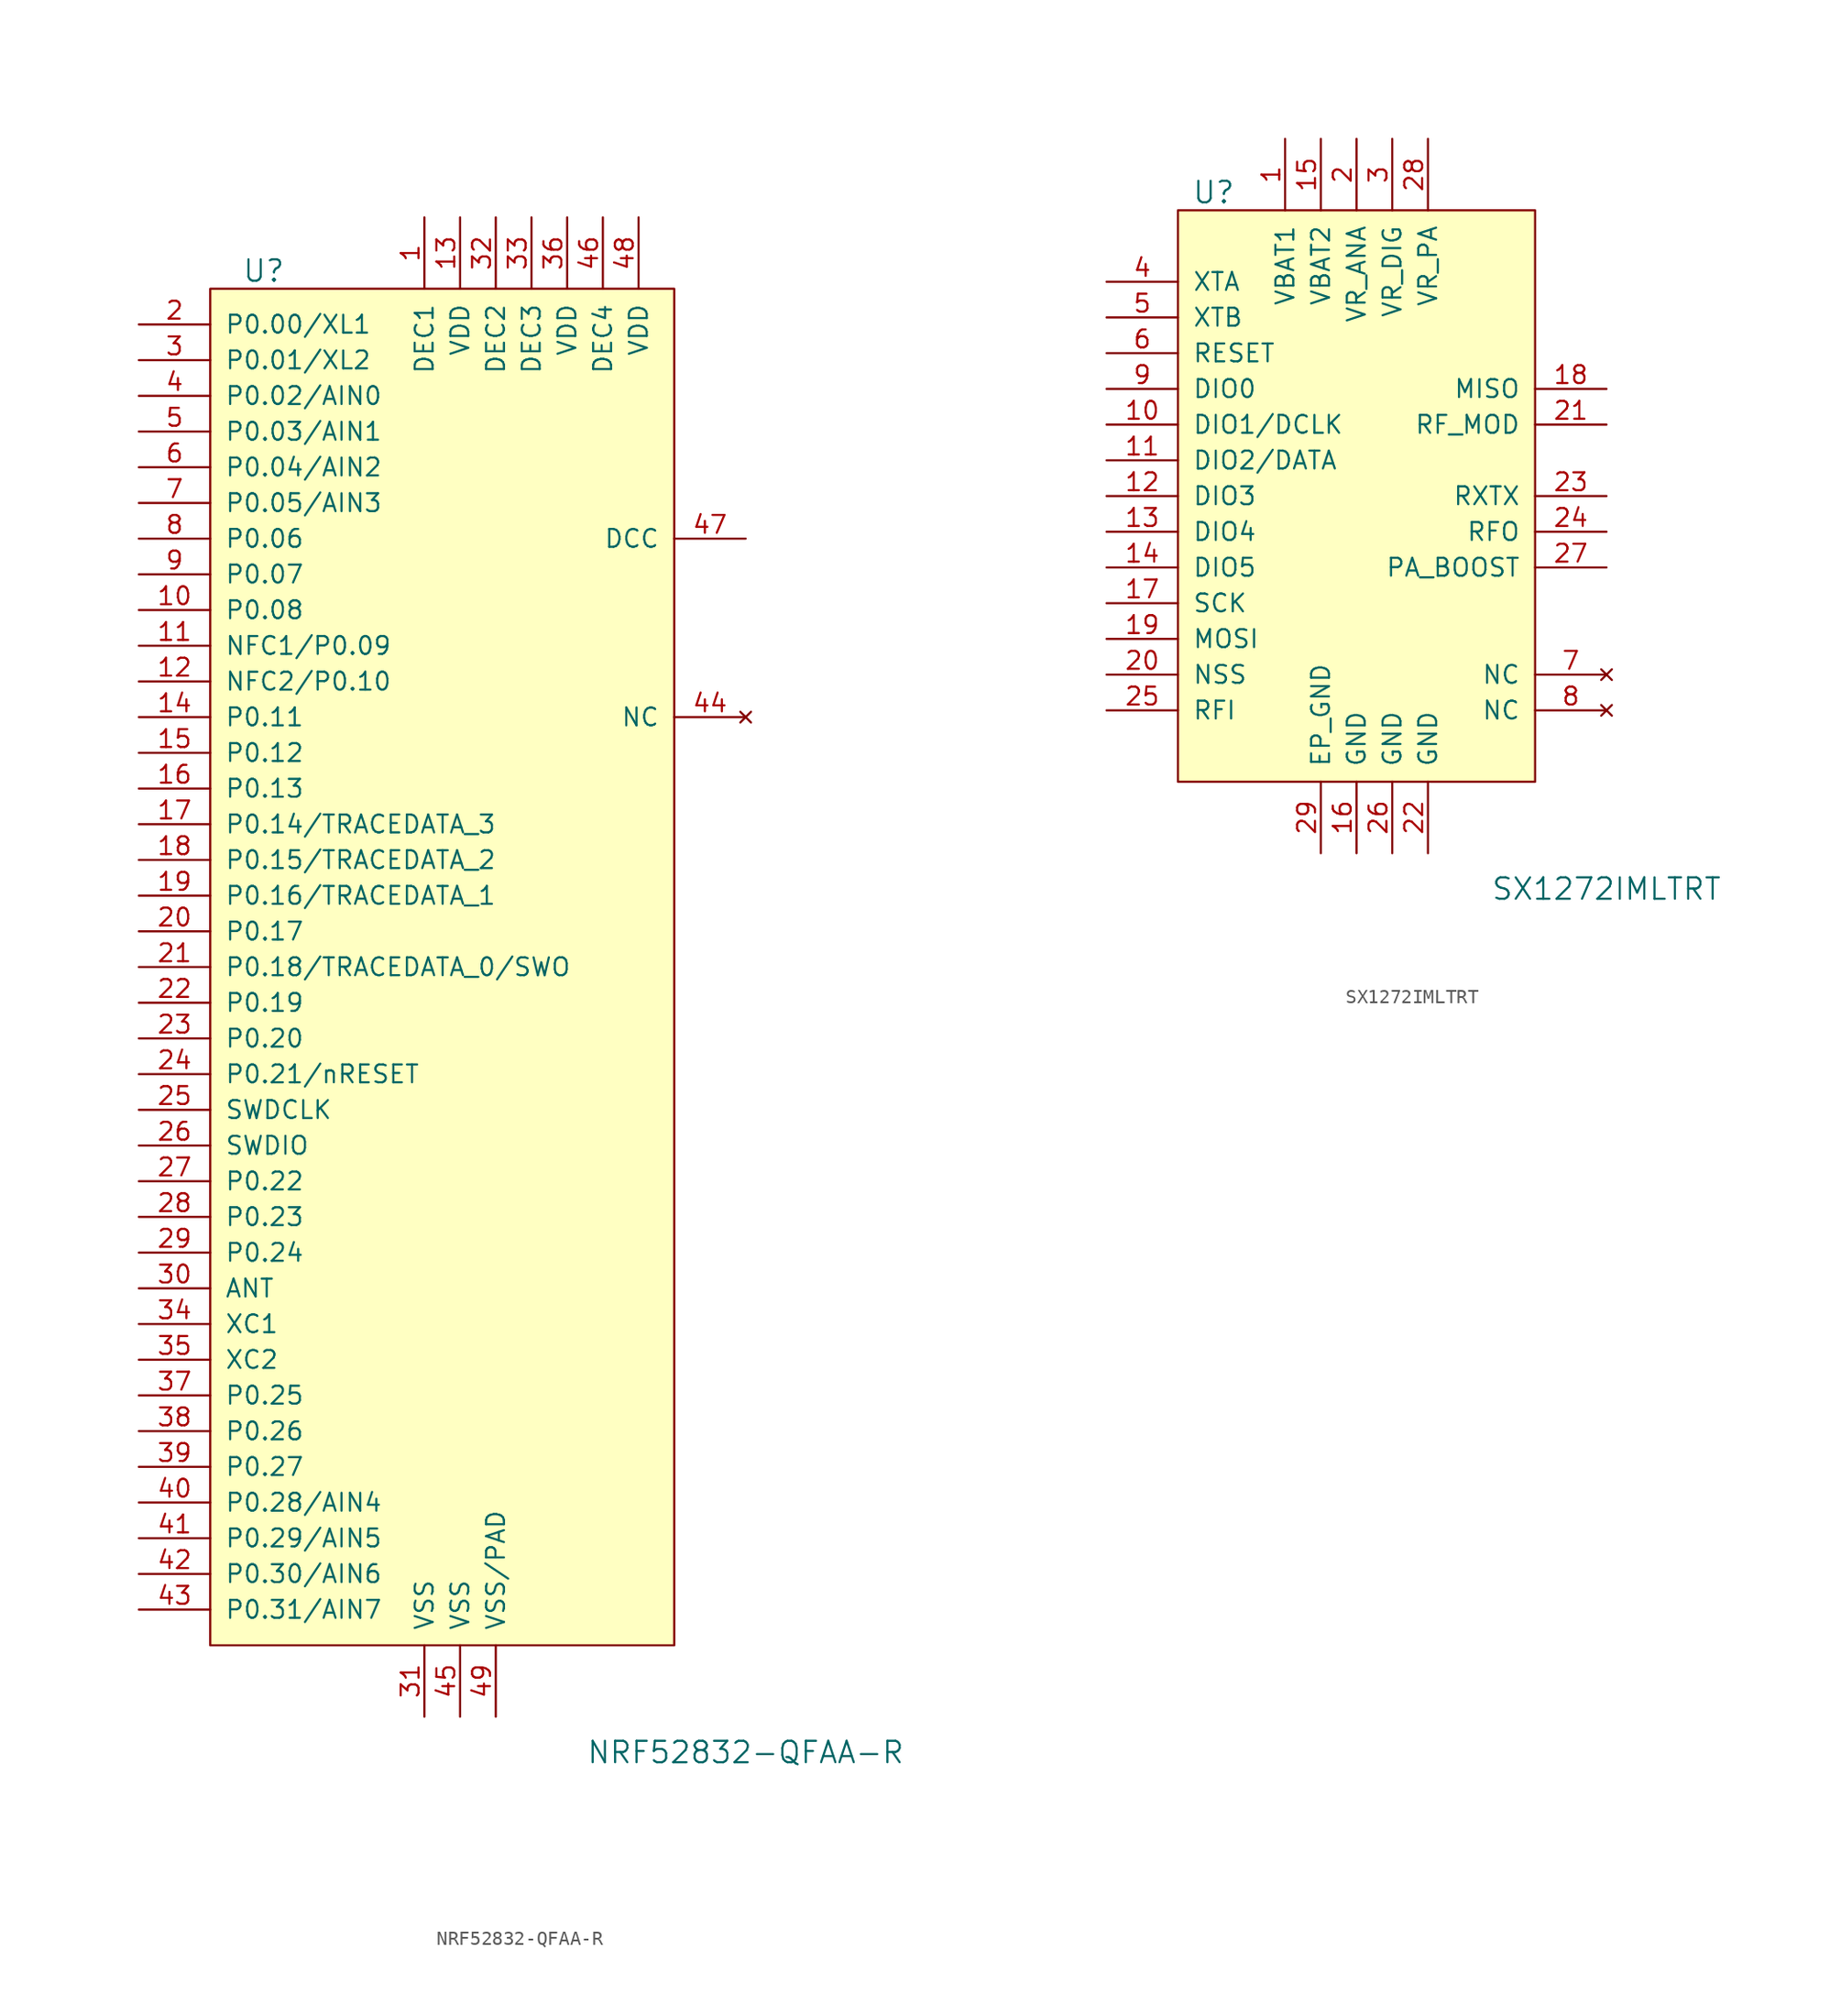
<source format=kicad_sym>
(kicad_symbol_lib
  (version 20201005)
  (generator kicad_symbol_editor)
  (symbol "NRF52832-QFAA-R"
    (pin_names
      (offset 1.016))
    (property "Reference" "U"
      (at -13.97 49.53 0)
      (effects (font (size 1.524 1.524))))
    (property "Value" "NRF52832-QFAA-R"
      (at 20.32 -55.88 0)
      (effects (font (size 1.524 1.524))))
    (symbol "NRF52832-QFAA-R_0_1"
      (rectangle (start -17.78 48.26) (end 15.24 -48.26) (stroke (width 0)) (fill (type background))))
    (symbol "NRF52832-QFAA-R_1_1"
      (pin power_in line (at -2.54 53.34 270) (length 5.08) (name "DEC1" (effects (font (size 1.27 1.27)))) (number "1" (effects (font (size 1.27 1.27)))))
      (pin bidirectional line (at -22.86 45.72 0) (length 5.08) (name "P0.00/XL1" (effects (font (size 1.27 1.27)))) (number "2" (effects (font (size 1.27 1.27)))))
      (pin bidirectional line (at -22.86 43.18 0) (length 5.08) (name "P0.01/XL2" (effects (font (size 1.27 1.27)))) (number "3" (effects (font (size 1.27 1.27)))))
      (pin bidirectional line (at -22.86 40.64 0) (length 5.08) (name "P0.02/AIN0" (effects (font (size 1.27 1.27)))) (number "4" (effects (font (size 1.27 1.27)))))
      (pin bidirectional line (at -22.86 38.1 0) (length 5.08) (name "P0.03/AIN1" (effects (font (size 1.27 1.27)))) (number "5" (effects (font (size 1.27 1.27)))))
      (pin bidirectional line (at -22.86 35.56 0) (length 5.08) (name "P0.04/AIN2" (effects (font (size 1.27 1.27)))) (number "6" (effects (font (size 1.27 1.27)))))
      (pin bidirectional line (at -22.86 33.02 0) (length 5.08) (name "P0.05/AIN3" (effects (font (size 1.27 1.27)))) (number "7" (effects (font (size 1.27 1.27)))))
      (pin bidirectional line (at -22.86 30.48 0) (length 5.08) (name "P0.06" (effects (font (size 1.27 1.27)))) (number "8" (effects (font (size 1.27 1.27)))))
      (pin bidirectional line (at -22.86 27.94 0) (length 5.08) (name "P0.07" (effects (font (size 1.27 1.27)))) (number "9" (effects (font (size 1.27 1.27)))))
      (pin bidirectional line (at -22.86 25.4 0) (length 5.08) (name "P0.08" (effects (font (size 1.27 1.27)))) (number "10" (effects (font (size 1.27 1.27)))))
      (pin bidirectional line (at -22.86 2.54 0) (length 5.08) (name "P0.17" (effects (font (size 1.27 1.27)))) (number "20" (effects (font (size 1.27 1.27)))))
      (pin bidirectional line (at -22.86 -22.86 0) (length 5.08) (name "ANT" (effects (font (size 1.27 1.27)))) (number "30" (effects (font (size 1.27 1.27)))))
      (pin bidirectional line (at -22.86 -38.1 0) (length 5.08) (name "P0.28/AIN4" (effects (font (size 1.27 1.27)))) (number "40" (effects (font (size 1.27 1.27)))))
      (pin bidirectional line (at -22.86 22.86 0) (length 5.08) (name "NFC1/P0.09" (effects (font (size 1.27 1.27)))) (number "11" (effects (font (size 1.27 1.27)))))
      (pin bidirectional line (at -22.86 0 0) (length 5.08) (name "P0.18/TRACEDATA_0/SWO" (effects (font (size 1.27 1.27)))) (number "21" (effects (font (size 1.27 1.27)))))
      (pin power_in line (at -2.54 -53.34 90) (length 5.08) (name "VSS" (effects (font (size 1.27 1.27)))) (number "31" (effects (font (size 1.27 1.27)))))
      (pin bidirectional line (at -22.86 -40.64 0) (length 5.08) (name "P0.29/AIN5" (effects (font (size 1.27 1.27)))) (number "41" (effects (font (size 1.27 1.27)))))
      (pin bidirectional line (at -22.86 20.32 0) (length 5.08) (name "NFC2/P0.10" (effects (font (size 1.27 1.27)))) (number "12" (effects (font (size 1.27 1.27)))))
      (pin bidirectional line (at -22.86 -2.54 0) (length 5.08) (name "P0.19" (effects (font (size 1.27 1.27)))) (number "22" (effects (font (size 1.27 1.27)))))
      (pin power_in line (at 2.54 53.34 270) (length 5.08) (name "DEC2" (effects (font (size 1.27 1.27)))) (number "32" (effects (font (size 1.27 1.27)))))
      (pin bidirectional line (at -22.86 -43.18 0) (length 5.08) (name "P0.30/AIN6" (effects (font (size 1.27 1.27)))) (number "42" (effects (font (size 1.27 1.27)))))
      (pin power_in line (at 0 53.34 270) (length 5.08) (name "VDD" (effects (font (size 1.27 1.27)))) (number "13" (effects (font (size 1.27 1.27)))))
      (pin bidirectional line (at -22.86 -5.08 0) (length 5.08) (name "P0.20" (effects (font (size 1.27 1.27)))) (number "23" (effects (font (size 1.27 1.27)))))
      (pin power_in line (at 5.08 53.34 270) (length 5.08) (name "DEC3" (effects (font (size 1.27 1.27)))) (number "33" (effects (font (size 1.27 1.27)))))
      (pin bidirectional line (at -22.86 -45.72 0) (length 5.08) (name "P0.31/AIN7" (effects (font (size 1.27 1.27)))) (number "43" (effects (font (size 1.27 1.27)))))
      (pin bidirectional line (at -22.86 17.78 0) (length 5.08) (name "P0.11" (effects (font (size 1.27 1.27)))) (number "14" (effects (font (size 1.27 1.27)))))
      (pin bidirectional line (at -22.86 -7.62 0) (length 5.08) (name "P0.21/nRESET" (effects (font (size 1.27 1.27)))) (number "24" (effects (font (size 1.27 1.27)))))
      (pin input line (at -22.86 -25.4 0) (length 5.08) (name "XC1" (effects (font (size 1.27 1.27)))) (number "34" (effects (font (size 1.27 1.27)))))
      (pin no_connect line (at 20.32 17.78 180) (length 5.08) (name "NC" (effects (font (size 1.27 1.27)))) (number "44" (effects (font (size 1.27 1.27)))))
      (pin bidirectional line (at -22.86 15.24 0) (length 5.08) (name "P0.12" (effects (font (size 1.27 1.27)))) (number "15" (effects (font (size 1.27 1.27)))))
      (pin input line (at -22.86 -10.16 0) (length 5.08) (name "SWDCLK" (effects (font (size 1.27 1.27)))) (number "25" (effects (font (size 1.27 1.27)))))
      (pin input line (at -22.86 -27.94 0) (length 5.08) (name "XC2" (effects (font (size 1.27 1.27)))) (number "35" (effects (font (size 1.27 1.27)))))
      (pin power_in line (at 0 -53.34 90) (length 5.08) (name "VSS" (effects (font (size 1.27 1.27)))) (number "45" (effects (font (size 1.27 1.27)))))
      (pin bidirectional line (at -22.86 12.7 0) (length 5.08) (name "P0.13" (effects (font (size 1.27 1.27)))) (number "16" (effects (font (size 1.27 1.27)))))
      (pin bidirectional line (at -22.86 -12.7 0) (length 5.08) (name "SWDIO" (effects (font (size 1.27 1.27)))) (number "26" (effects (font (size 1.27 1.27)))))
      (pin power_in line (at 7.62 53.34 270) (length 5.08) (name "VDD" (effects (font (size 1.27 1.27)))) (number "36" (effects (font (size 1.27 1.27)))))
      (pin power_in line (at 10.16 53.34 270) (length 5.08) (name "DEC4" (effects (font (size 1.27 1.27)))) (number "46" (effects (font (size 1.27 1.27)))))
      (pin bidirectional line (at -22.86 10.16 0) (length 5.08) (name "P0.14/TRACEDATA_3" (effects (font (size 1.27 1.27)))) (number "17" (effects (font (size 1.27 1.27)))))
      (pin bidirectional line (at -22.86 -15.24 0) (length 5.08) (name "P0.22" (effects (font (size 1.27 1.27)))) (number "27" (effects (font (size 1.27 1.27)))))
      (pin bidirectional line (at -22.86 -30.48 0) (length 5.08) (name "P0.25" (effects (font (size 1.27 1.27)))) (number "37" (effects (font (size 1.27 1.27)))))
      (pin power_out line (at 20.32 30.48 180) (length 5.08) (name "DCC" (effects (font (size 1.27 1.27)))) (number "47" (effects (font (size 1.27 1.27)))))
      (pin bidirectional line (at -22.86 7.62 0) (length 5.08) (name "P0.15/TRACEDATA_2" (effects (font (size 1.27 1.27)))) (number "18" (effects (font (size 1.27 1.27)))))
      (pin bidirectional line (at -22.86 -17.78 0) (length 5.08) (name "P0.23" (effects (font (size 1.27 1.27)))) (number "28" (effects (font (size 1.27 1.27)))))
      (pin bidirectional line (at -22.86 -33.02 0) (length 5.08) (name "P0.26" (effects (font (size 1.27 1.27)))) (number "38" (effects (font (size 1.27 1.27)))))
      (pin power_in line (at 12.7 53.34 270) (length 5.08) (name "VDD" (effects (font (size 1.27 1.27)))) (number "48" (effects (font (size 1.27 1.27)))))
      (pin bidirectional line (at -22.86 5.08 0) (length 5.08) (name "P0.16/TRACEDATA_1" (effects (font (size 1.27 1.27)))) (number "19" (effects (font (size 1.27 1.27)))))
      (pin bidirectional line (at -22.86 -20.32 0) (length 5.08) (name "P0.24" (effects (font (size 1.27 1.27)))) (number "29" (effects (font (size 1.27 1.27)))))
      (pin bidirectional line (at -22.86 -35.56 0) (length 5.08) (name "P0.27" (effects (font (size 1.27 1.27)))) (number "39" (effects (font (size 1.27 1.27)))))
      (pin power_in line (at 2.54 -53.34 90) (length 5.08) (name "VSS/PAD" (effects (font (size 1.27 1.27)))) (number "49" (effects (font (size 1.27 1.27)))))))
  (symbol "SX1272IMLTRT"
    (pin_names
      (offset 1.016))
    (property "Reference" "U"
      (at -10.16 21.59 0)
      (effects (font (size 1.524 1.524))))
    (property "Value" "SX1272IMLTRT"
      (at 17.78 -27.94 0)
      (effects (font (size 1.524 1.524))))
    (symbol "SX1272IMLTRT_0_1"
      (rectangle (start -12.7 20.32) (end 12.7 -20.32) (stroke (width 0)) (fill (type background))))
    (symbol "SX1272IMLTRT_1_1"
      (pin power_in line (at -5.08 25.4 270) (length 5.08) (name "VBAT1" (effects (font (size 1.27 1.27)))) (number "1" (effects (font (size 1.27 1.27)))))
      (pin power_in line (at 0 25.4 270) (length 5.08) (name "VR_ANA" (effects (font (size 1.27 1.27)))) (number "2" (effects (font (size 1.27 1.27)))))
      (pin power_in line (at 2.54 25.4 270) (length 5.08) (name "VR_DIG" (effects (font (size 1.27 1.27)))) (number "3" (effects (font (size 1.27 1.27)))))
      (pin bidirectional line (at -17.78 15.24 0) (length 5.08) (name "XTA" (effects (font (size 1.27 1.27)))) (number "4" (effects (font (size 1.27 1.27)))))
      (pin bidirectional line (at -17.78 12.7 0) (length 5.08) (name "XTB" (effects (font (size 1.27 1.27)))) (number "5" (effects (font (size 1.27 1.27)))))
      (pin bidirectional line (at -17.78 10.16 0) (length 5.08) (name "RESET" (effects (font (size 1.27 1.27)))) (number "6" (effects (font (size 1.27 1.27)))))
      (pin no_connect line (at 17.78 -12.7 180) (length 5.08) (name "NC" (effects (font (size 1.27 1.27)))) (number "7" (effects (font (size 1.27 1.27)))))
      (pin no_connect line (at 17.78 -15.24 180) (length 5.08) (name "NC" (effects (font (size 1.27 1.27)))) (number "8" (effects (font (size 1.27 1.27)))))
      (pin bidirectional line (at -17.78 7.62 0) (length 5.08) (name "DIO0" (effects (font (size 1.27 1.27)))) (number "9" (effects (font (size 1.27 1.27)))))
      (pin bidirectional line (at -17.78 5.08 0) (length 5.08) (name "DIO1/DCLK" (effects (font (size 1.27 1.27)))) (number "10" (effects (font (size 1.27 1.27)))))
      (pin input line (at -17.78 -12.7 0) (length 5.08) (name "NSS" (effects (font (size 1.27 1.27)))) (number "20" (effects (font (size 1.27 1.27)))))
      (pin bidirectional line (at -17.78 2.54 0) (length 5.08) (name "DIO2/DATA" (effects (font (size 1.27 1.27)))) (number "11" (effects (font (size 1.27 1.27)))))
      (pin output line (at 17.78 5.08 180) (length 5.08) (name "RF_MOD" (effects (font (size 1.27 1.27)))) (number "21" (effects (font (size 1.27 1.27)))))
      (pin bidirectional line (at -17.78 0 0) (length 5.08) (name "DIO3" (effects (font (size 1.27 1.27)))) (number "12" (effects (font (size 1.27 1.27)))))
      (pin power_in line (at 5.08 -25.4 90) (length 5.08) (name "GND" (effects (font (size 1.27 1.27)))) (number "22" (effects (font (size 1.27 1.27)))))
      (pin bidirectional line (at -17.78 -2.54 0) (length 5.08) (name "DIO4" (effects (font (size 1.27 1.27)))) (number "13" (effects (font (size 1.27 1.27)))))
      (pin output line (at 17.78 0 180) (length 5.08) (name "RXTX" (effects (font (size 1.27 1.27)))) (number "23" (effects (font (size 1.27 1.27)))))
      (pin bidirectional line (at -17.78 -5.08 0) (length 5.08) (name "DIO5" (effects (font (size 1.27 1.27)))) (number "14" (effects (font (size 1.27 1.27)))))
      (pin output line (at 17.78 -2.54 180) (length 5.08) (name "RFO" (effects (font (size 1.27 1.27)))) (number "24" (effects (font (size 1.27 1.27)))))
      (pin power_in line (at -2.54 25.4 270) (length 5.08) (name "VBAT2" (effects (font (size 1.27 1.27)))) (number "15" (effects (font (size 1.27 1.27)))))
      (pin input line (at -17.78 -15.24 0) (length 5.08) (name "RFI" (effects (font (size 1.27 1.27)))) (number "25" (effects (font (size 1.27 1.27)))))
      (pin power_in line (at 0 -25.4 90) (length 5.08) (name "GND" (effects (font (size 1.27 1.27)))) (number "16" (effects (font (size 1.27 1.27)))))
      (pin power_in line (at 2.54 -25.4 90) (length 5.08) (name "GND" (effects (font (size 1.27 1.27)))) (number "26" (effects (font (size 1.27 1.27)))))
      (pin input line (at -17.78 -7.62 0) (length 5.08) (name "SCK" (effects (font (size 1.27 1.27)))) (number "17" (effects (font (size 1.27 1.27)))))
      (pin bidirectional line (at 17.78 -5.08 180) (length 5.08) (name "PA_BOOST" (effects (font (size 1.27 1.27)))) (number "27" (effects (font (size 1.27 1.27)))))
      (pin output line (at 17.78 7.62 180) (length 5.08) (name "MISO" (effects (font (size 1.27 1.27)))) (number "18" (effects (font (size 1.27 1.27)))))
      (pin power_in line (at 5.08 25.4 270) (length 5.08) (name "VR_PA" (effects (font (size 1.27 1.27)))) (number "28" (effects (font (size 1.27 1.27)))))
      (pin input line (at -17.78 -10.16 0) (length 5.08) (name "MOSI" (effects (font (size 1.27 1.27)))) (number "19" (effects (font (size 1.27 1.27)))))
      (pin power_in line (at -2.54 -25.4 90) (length 5.08) (name "EP_GND" (effects (font (size 1.27 1.27)))) (number "29" (effects (font (size 1.27 1.27))))))))
</source>
